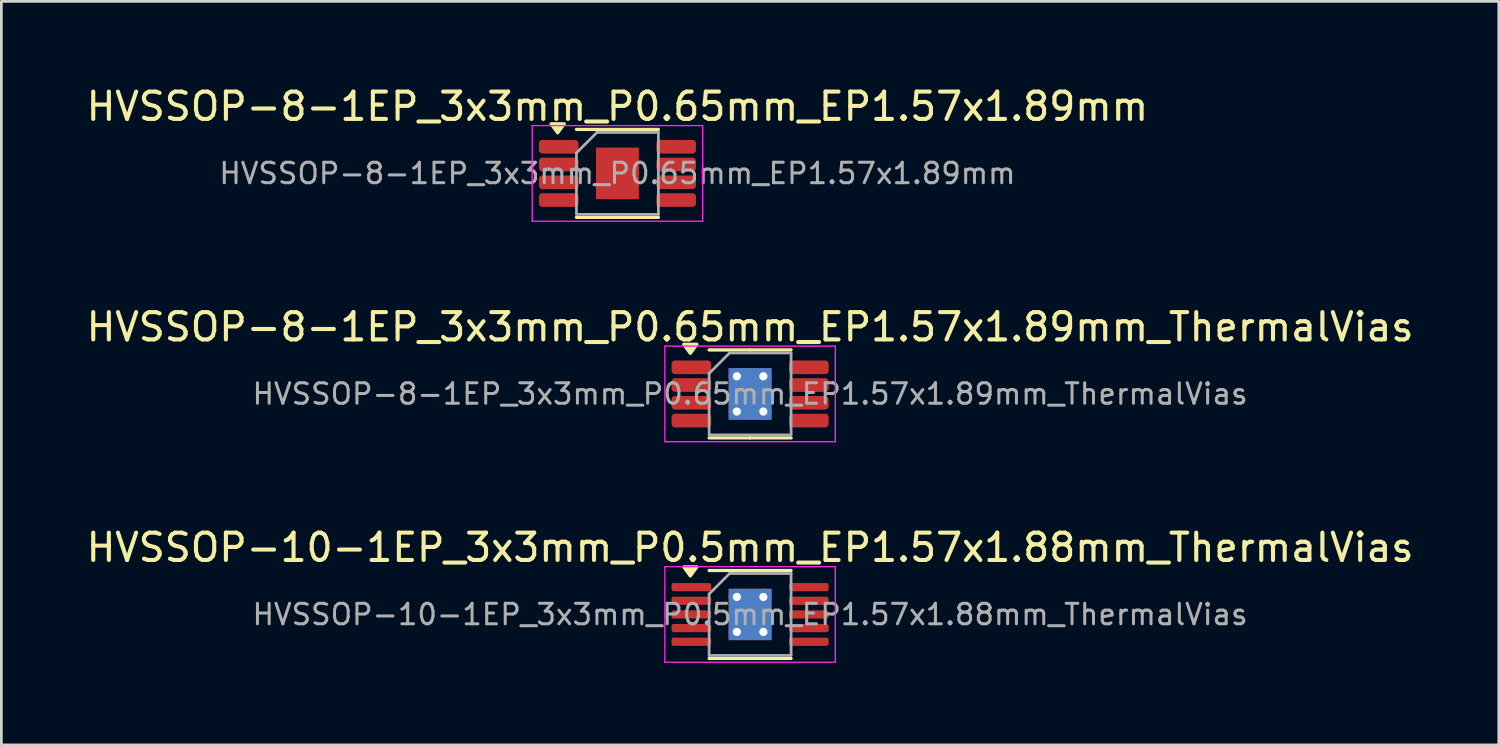
<source format=kicad_pcb>
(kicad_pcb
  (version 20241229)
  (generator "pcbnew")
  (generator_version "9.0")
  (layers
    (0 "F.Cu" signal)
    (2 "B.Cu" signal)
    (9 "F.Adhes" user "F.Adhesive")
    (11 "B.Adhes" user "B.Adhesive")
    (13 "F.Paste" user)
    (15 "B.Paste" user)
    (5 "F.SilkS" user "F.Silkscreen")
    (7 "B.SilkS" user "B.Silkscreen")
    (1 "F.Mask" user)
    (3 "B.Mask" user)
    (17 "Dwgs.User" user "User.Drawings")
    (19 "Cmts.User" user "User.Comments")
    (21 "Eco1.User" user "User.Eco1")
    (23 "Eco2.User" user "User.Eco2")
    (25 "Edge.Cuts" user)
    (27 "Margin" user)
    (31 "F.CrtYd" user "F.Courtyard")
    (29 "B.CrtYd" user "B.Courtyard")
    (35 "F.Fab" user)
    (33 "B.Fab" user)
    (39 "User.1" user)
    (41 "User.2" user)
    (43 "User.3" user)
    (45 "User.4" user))
  (footprint "HVSSOP-10-1EP_3x3mm_P0.5mm_EP1.57x1.88mm_ThermalVias"
    (layer "F.Cu")
    (at 24.411 19.445)
    (property "Reference" "HVSSOP-10-1EP_3x3mm_P0.5mm_EP1.57x1.88mm_ThermalVias" (at 0 -2.45 0) (layer "F.SilkS") (effects (font (size 1 1) (thickness 0.15))))
    (attr smd)
    (fp_line (start 0 -1.61) (end -1.5 -1.61) (stroke (width 0.12) (type solid)) (layer "F.SilkS"))
    (fp_line (start 0 -1.61) (end 1.5 -1.61) (stroke (width 0.12) (type solid)) (layer "F.SilkS"))
    (fp_line (start 0 1.61) (end -1.5 1.61) (stroke (width 0.12) (type solid)) (layer "F.SilkS"))
    (fp_line (start 0 1.61) (end 1.5 1.61) (stroke (width 0.12) (type solid)) (layer "F.SilkS"))
    (fp_poly (pts (xy -2.188 -1.41) (xy -2.428 -1.74) (xy -1.948 -1.74) (xy -2.188 -1.41)) (stroke (width 0.12) (type solid)) (fill yes) (layer "F.SilkS"))
    (fp_line (start -3.12 -1.75) (end -3.12 1.75) (stroke (width 0.05) (type solid)) (layer "F.CrtYd"))
    (fp_line (start -3.12 1.75) (end 3.12 1.75) (stroke (width 0.05) (type solid)) (layer "F.CrtYd"))
    (fp_line (start 3.12 -1.75) (end -3.12 -1.75) (stroke (width 0.05) (type solid)) (layer "F.CrtYd"))
    (fp_line (start 3.12 1.75) (end 3.12 -1.75) (stroke (width 0.05) (type solid)) (layer "F.CrtYd"))
    (fp_line (start -1.5 -0.75) (end -0.75 -1.5) (stroke (width 0.1) (type solid)) (layer "F.Fab"))
    (fp_line (start -1.5 1.5) (end -1.5 -0.75) (stroke (width 0.1) (type solid)) (layer "F.Fab"))
    (fp_line (start -0.75 -1.5) (end 1.5 -1.5) (stroke (width 0.1) (type solid)) (layer "F.Fab"))
    (fp_line (start 1.5 -1.5) (end 1.5 1.5) (stroke (width 0.1) (type solid)) (layer "F.Fab"))
    (fp_line (start 1.5 1.5) (end -1.5 1.5) (stroke (width 0.1) (type solid)) (layer "F.Fab"))
    (fp_text user "${REFERENCE}" (at 0 0 0) (layer "F.Fab") (effects (font (size 0.75 0.75) (thickness 0.11))))
    (pad "" smd roundrect (at -0.39 -0.47) (size 0.63 0.76) (layers "F.Paste") (roundrect_rratio 0.25))
    (pad "" smd roundrect (at -0.39 0.47) (size 0.63 0.76) (layers "F.Paste") (roundrect_rratio 0.25))
    (pad "" smd roundrect (at 0.39 -0.47) (size 0.63 0.76) (layers "F.Paste") (roundrect_rratio 0.25))
    (pad "" smd roundrect (at 0.39 0.47) (size 0.63 0.76) (layers "F.Paste") (roundrect_rratio 0.25))
    (pad "1" smd roundrect (at -2.15 -1) (size 1.45 0.3) (layers "F.Cu" "F.Mask" "F.Paste") (roundrect_rratio 0.25))
    (pad "2" smd roundrect (at -2.15 -0.5) (size 1.45 0.3) (layers "F.Cu" "F.Mask" "F.Paste") (roundrect_rratio 0.25))
    (pad "3" smd roundrect (at -2.15 0) (size 1.45 0.3) (layers "F.Cu" "F.Mask" "F.Paste") (roundrect_rratio 0.25))
    (pad "4" smd roundrect (at -2.15 0.5) (size 1.45 0.3) (layers "F.Cu" "F.Mask" "F.Paste") (roundrect_rratio 0.25))
    (pad "5" smd roundrect (at -2.15 1) (size 1.45 0.3) (layers "F.Cu" "F.Mask" "F.Paste") (roundrect_rratio 0.25))
    (pad "6" smd roundrect (at 2.15 1) (size 1.45 0.3) (layers "F.Cu" "F.Mask" "F.Paste") (roundrect_rratio 0.25))
    (pad "7" smd roundrect (at 2.15 0.5) (size 1.45 0.3) (layers "F.Cu" "F.Mask" "F.Paste") (roundrect_rratio 0.25))
    (pad "8" smd roundrect (at 2.15 0) (size 1.45 0.3) (layers "F.Cu" "F.Mask" "F.Paste") (roundrect_rratio 0.25))
    (pad "9" smd roundrect (at 2.15 -0.5) (size 1.45 0.3) (layers "F.Cu" "F.Mask" "F.Paste") (roundrect_rratio 0.25))
    (pad "10" smd roundrect (at 2.15 -1) (size 1.45 0.3) (layers "F.Cu" "F.Mask" "F.Paste") (roundrect_rratio 0.25))
    (pad "11" thru_hole circle (at -0.485 -0.64) (size 0.6 0.6) (drill 0.3) (property pad_prop_heatsink) (layers "*.Cu"))
    (pad "11" thru_hole circle (at -0.485 0.64) (size 0.6 0.6) (drill 0.3) (property pad_prop_heatsink) (layers "*.Cu"))
    (pad "11" smd rect (at 0 0) (size 1.57 1.88) (property pad_prop_heatsink) (layers "F.Cu" "F.Mask"))
    (pad "11" smd rect (at 0 0) (size 1.57 1.88) (property pad_prop_heatsink) (layers "B.Cu"))
    (pad "11" thru_hole circle (at 0.485 -0.64) (size 0.6 0.6) (drill 0.3) (property pad_prop_heatsink) (layers "*.Cu"))
    (pad "11" thru_hole circle (at 0.485 0.64) (size 0.6 0.6) (drill 0.3) (property pad_prop_heatsink) (layers "*.Cu")))
  (footprint "HVSSOP-8-1EP_3x3mm_P0.65mm_EP1.57x1.89mm_ThermalVias"
    (layer "F.Cu")
    (at 24.411 11.371)
    (property "Reference" "HVSSOP-8-1EP_3x3mm_P0.65mm_EP1.57x1.89mm_ThermalVias" (at 0 -2.45 0) (layer "F.SilkS") (effects (font (size 1 1) (thickness 0.15))))
    (attr smd)
    (fp_line (start 0 -1.61) (end -1.5 -1.61) (stroke (width 0.12) (type solid)) (layer "F.SilkS"))
    (fp_line (start 0 -1.61) (end 1.5 -1.61) (stroke (width 0.12) (type solid)) (layer "F.SilkS"))
    (fp_line (start 0 1.61) (end -1.5 1.61) (stroke (width 0.12) (type solid)) (layer "F.SilkS"))
    (fp_line (start 0 1.61) (end 1.5 1.61) (stroke (width 0.12) (type solid)) (layer "F.SilkS"))
    (fp_poly (pts (xy -2.188 -1.485) (xy -2.428 -1.815) (xy -1.948 -1.815) (xy -2.188 -1.485)) (stroke (width 0.12) (type solid)) (fill yes) (layer "F.SilkS"))
    (fp_line (start -3.12 -1.75) (end -3.12 1.75) (stroke (width 0.05) (type solid)) (layer "F.CrtYd"))
    (fp_line (start -3.12 1.75) (end 3.12 1.75) (stroke (width 0.05) (type solid)) (layer "F.CrtYd"))
    (fp_line (start 3.12 -1.75) (end -3.12 -1.75) (stroke (width 0.05) (type solid)) (layer "F.CrtYd"))
    (fp_line (start 3.12 1.75) (end 3.12 -1.75) (stroke (width 0.05) (type solid)) (layer "F.CrtYd"))
    (fp_line (start -1.5 -0.75) (end -0.75 -1.5) (stroke (width 0.1) (type solid)) (layer "F.Fab"))
    (fp_line (start -1.5 1.5) (end -1.5 -0.75) (stroke (width 0.1) (type solid)) (layer "F.Fab"))
    (fp_line (start -0.75 -1.5) (end 1.5 -1.5) (stroke (width 0.1) (type solid)) (layer "F.Fab"))
    (fp_line (start 1.5 -1.5) (end 1.5 1.5) (stroke (width 0.1) (type solid)) (layer "F.Fab"))
    (fp_line (start 1.5 1.5) (end -1.5 1.5) (stroke (width 0.1) (type solid)) (layer "F.Fab"))
    (fp_text user "${REFERENCE}" (at 0 0 0) (layer "F.Fab") (effects (font (size 0.75 0.75) (thickness 0.11))))
    (pad "" smd roundrect (at -0.39 -0.47) (size 0.63 0.76) (layers "F.Paste") (roundrect_rratio 0.25))
    (pad "" smd roundrect (at -0.39 0.47) (size 0.63 0.76) (layers "F.Paste") (roundrect_rratio 0.25))
    (pad "" smd roundrect (at 0.39 -0.47) (size 0.63 0.76) (layers "F.Paste") (roundrect_rratio 0.25))
    (pad "" smd roundrect (at 0.39 0.47) (size 0.63 0.76) (layers "F.Paste") (roundrect_rratio 0.25))
    (pad "1" smd roundrect (at -2.15 -0.975) (size 1.45 0.5) (layers "F.Cu" "F.Mask" "F.Paste") (roundrect_rratio 0.25))
    (pad "2" smd roundrect (at -2.15 -0.325) (size 1.45 0.5) (layers "F.Cu" "F.Mask" "F.Paste") (roundrect_rratio 0.25))
    (pad "3" smd roundrect (at -2.15 0.325) (size 1.45 0.5) (layers "F.Cu" "F.Mask" "F.Paste") (roundrect_rratio 0.25))
    (pad "4" smd roundrect (at -2.15 0.975) (size 1.45 0.5) (layers "F.Cu" "F.Mask" "F.Paste") (roundrect_rratio 0.25))
    (pad "5" smd roundrect (at 2.15 0.975) (size 1.45 0.5) (layers "F.Cu" "F.Mask" "F.Paste") (roundrect_rratio 0.25))
    (pad "6" smd roundrect (at 2.15 0.325) (size 1.45 0.5) (layers "F.Cu" "F.Mask" "F.Paste") (roundrect_rratio 0.25))
    (pad "7" smd roundrect (at 2.15 -0.325) (size 1.45 0.5) (layers "F.Cu" "F.Mask" "F.Paste") (roundrect_rratio 0.25))
    (pad "8" smd roundrect (at 2.15 -0.975) (size 1.45 0.5) (layers "F.Cu" "F.Mask" "F.Paste") (roundrect_rratio 0.25))
    (pad "9" thru_hole circle (at -0.485 -0.645) (size 0.6 0.6) (drill 0.3) (property pad_prop_heatsink) (layers "*.Cu"))
    (pad "9" thru_hole circle (at -0.485 0.645) (size 0.6 0.6) (drill 0.3) (property pad_prop_heatsink) (layers "*.Cu"))
    (pad "9" smd rect (at 0 0) (size 1.57 1.89) (property pad_prop_heatsink) (layers "F.Cu" "F.Mask"))
    (pad "9" smd rect (at 0 0) (size 1.57 1.89) (property pad_prop_heatsink) (layers "B.Cu"))
    (pad "9" thru_hole circle (at 0.485 -0.645) (size 0.6 0.6) (drill 0.3) (property pad_prop_heatsink) (layers "*.Cu"))
    (pad "9" thru_hole circle (at 0.485 0.645) (size 0.6 0.6) (drill 0.3) (property pad_prop_heatsink) (layers "*.Cu")))
  (footprint "HVSSOP-8-1EP_3x3mm_P0.65mm_EP1.57x1.89mm"
    (layer "F.Cu")
    (at 19.554 3.298)
    (property "Reference" "HVSSOP-8-1EP_3x3mm_P0.65mm_EP1.57x1.89mm" (at 0 -2.45 0) (layer "F.SilkS") (effects (font (size 1 1) (thickness 0.15))))
    (attr smd)
    (fp_line (start 0 -1.61) (end -1.5 -1.61) (stroke (width 0.12) (type solid)) (layer "F.SilkS"))
    (fp_line (start 0 -1.61) (end 1.5 -1.61) (stroke (width 0.12) (type solid)) (layer "F.SilkS"))
    (fp_line (start 0 1.61) (end -1.5 1.61) (stroke (width 0.12) (type solid)) (layer "F.SilkS"))
    (fp_line (start 0 1.61) (end 1.5 1.61) (stroke (width 0.12) (type solid)) (layer "F.SilkS"))
    (fp_poly (pts (xy -2.188 -1.485) (xy -2.428 -1.815) (xy -1.948 -1.815) (xy -2.188 -1.485)) (stroke (width 0.12) (type solid)) (fill yes) (layer "F.SilkS"))
    (fp_line (start -3.12 -1.75) (end -3.12 1.75) (stroke (width 0.05) (type solid)) (layer "F.CrtYd"))
    (fp_line (start -3.12 1.75) (end 3.12 1.75) (stroke (width 0.05) (type solid)) (layer "F.CrtYd"))
    (fp_line (start 3.12 -1.75) (end -3.12 -1.75) (stroke (width 0.05) (type solid)) (layer "F.CrtYd"))
    (fp_line (start 3.12 1.75) (end 3.12 -1.75) (stroke (width 0.05) (type solid)) (layer "F.CrtYd"))
    (fp_line (start -1.5 -0.75) (end -0.75 -1.5) (stroke (width 0.1) (type solid)) (layer "F.Fab"))
    (fp_line (start -1.5 1.5) (end -1.5 -0.75) (stroke (width 0.1) (type solid)) (layer "F.Fab"))
    (fp_line (start -0.75 -1.5) (end 1.5 -1.5) (stroke (width 0.1) (type solid)) (layer "F.Fab"))
    (fp_line (start 1.5 -1.5) (end 1.5 1.5) (stroke (width 0.1) (type solid)) (layer "F.Fab"))
    (fp_line (start 1.5 1.5) (end -1.5 1.5) (stroke (width 0.1) (type solid)) (layer "F.Fab"))
    (fp_text user "${REFERENCE}" (at 0 0 0) (layer "F.Fab") (effects (font (size 0.75 0.75) (thickness 0.11))))
    (pad "" smd roundrect (at -0.39 -0.47) (size 0.63 0.76) (layers "F.Paste") (roundrect_rratio 0.25))
    (pad "" smd roundrect (at -0.39 0.47) (size 0.63 0.76) (layers "F.Paste") (roundrect_rratio 0.25))
    (pad "" smd roundrect (at 0.39 -0.47) (size 0.63 0.76) (layers "F.Paste") (roundrect_rratio 0.25))
    (pad "" smd roundrect (at 0.39 0.47) (size 0.63 0.76) (layers "F.Paste") (roundrect_rratio 0.25))
    (pad "1" smd roundrect (at -2.15 -0.975) (size 1.45 0.5) (layers "F.Cu" "F.Mask" "F.Paste") (roundrect_rratio 0.25))
    (pad "2" smd roundrect (at -2.15 -0.325) (size 1.45 0.5) (layers "F.Cu" "F.Mask" "F.Paste") (roundrect_rratio 0.25))
    (pad "3" smd roundrect (at -2.15 0.325) (size 1.45 0.5) (layers "F.Cu" "F.Mask" "F.Paste") (roundrect_rratio 0.25))
    (pad "4" smd roundrect (at -2.15 0.975) (size 1.45 0.5) (layers "F.Cu" "F.Mask" "F.Paste") (roundrect_rratio 0.25))
    (pad "5" smd roundrect (at 2.15 0.975) (size 1.45 0.5) (layers "F.Cu" "F.Mask" "F.Paste") (roundrect_rratio 0.25))
    (pad "6" smd roundrect (at 2.15 0.325) (size 1.45 0.5) (layers "F.Cu" "F.Mask" "F.Paste") (roundrect_rratio 0.25))
    (pad "7" smd roundrect (at 2.15 -0.325) (size 1.45 0.5) (layers "F.Cu" "F.Mask" "F.Paste") (roundrect_rratio 0.25))
    (pad "8" smd roundrect (at 2.15 -0.975) (size 1.45 0.5) (layers "F.Cu" "F.Mask" "F.Paste") (roundrect_rratio 0.25))
    (pad "9" smd rect (at 0 0) (size 1.57 1.89) (property pad_prop_heatsink) (layers "F.Cu" "F.Mask")))
  (gr_rect
    (start -3 -3)
    (end 51.821 24.22)
    (stroke (width 0.1) (type default))
    (fill no)
    (layer "Edge.Cuts")))
</source>
